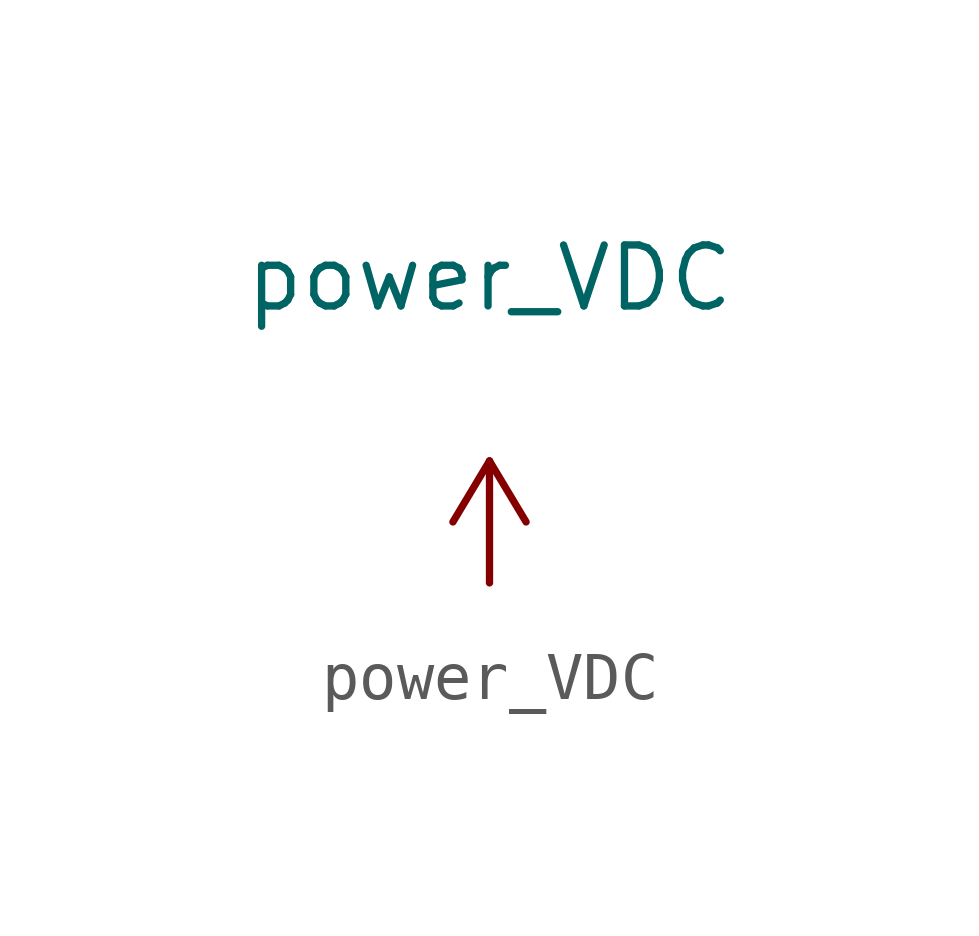
<source format=kicad_sym>
(kicad_symbol_lib
  (version 20220914)
  (generator kicad_symbol_editor)
  (symbol "power_VDC"
    (power)
    (pin_names
      (offset 0))
    (property "Reference" "#PWR"
      (at 0 -2.54 0)
      (effects (font (size 1.27 1.27)) hide))
    (property "Value" "power_VDC"
      (at 0 6.35 0)
      (effects (font (size 1.27 1.27))))
    (symbol "power_VDC_0_1"
      (polyline (pts (xy -0.762 1.27) (xy 0 2.54)) (stroke (width 0) (type solid)) (fill (type none)))
      (polyline (pts (xy 0 0) (xy 0 2.54)) (stroke (width 0) (type solid)) (fill (type none)))
      (polyline (pts (xy 0 2.54) (xy 0.762 1.27)) (stroke (width 0) (type solid)) (fill (type none))))
    (symbol "power_VDC_1_1"
      (pin power_in line (at 0 0 90) (length 0) hide (name "VDC" (effects (font (size 1.27 1.27)))) (number "1" (effects (font (size 1.27 1.27))))))))
</source>
